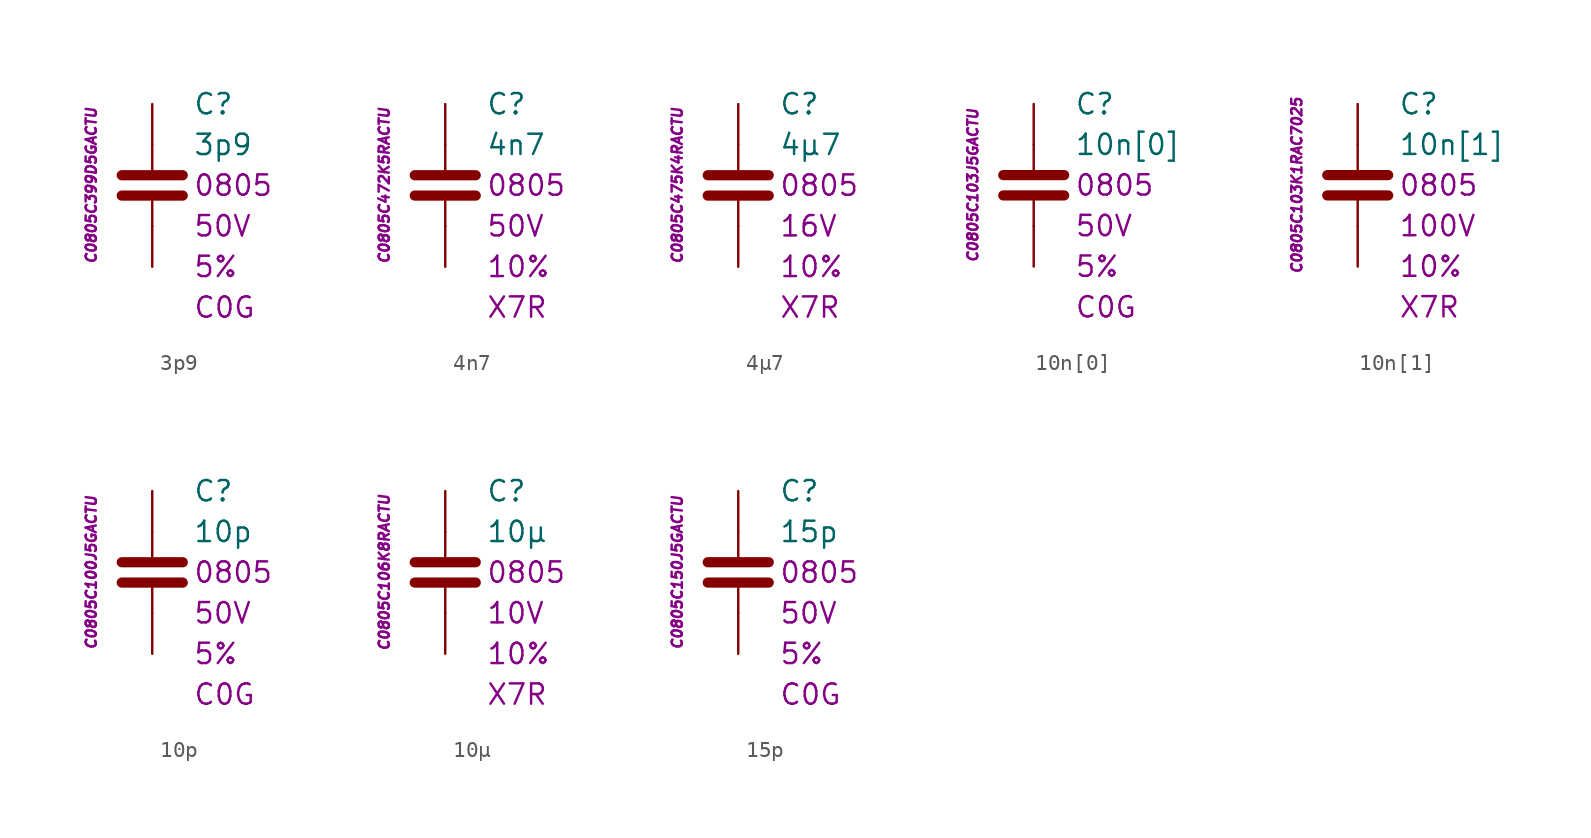
<source format=kicad_sym>
(kicad_symbol_lib
  (version 20201005)
  (generator kicad_symbol_editor)
  (symbol "3p9"
    (pin_numbers hide)
    (pin_names
      (offset 1.016) hide)
    (property "Reference" "C"
      (at 2.54 5.08 0)
      (effects (font (size 1.27 1.27)) (justify left)))
    (property "Value" "3p9"
      (at 2.54 2.54 0)
      (effects (font (size 1.27 1.27)) (justify left)))
    (property "Package" "0805"
      (at 2.54 0 0)
      (effects (font (size 1.27 1.27)) (justify left)))
    (property "Voltage" "50V"
      (at 2.54 -2.54 0)
      (effects (font (size 1.27 1.27)) (justify left)))
    (property "Tolerance" "5%"
      (at 2.54 -5.08 0)
      (effects (font (size 1.27 1.27)) (justify left)))
    (property "Dielectric" "C0G"
      (at 2.54 -7.62 0)
      (effects (font (size 1.27 1.27)) (justify left)))
    (property "ID" "C0805C399D5GACTU"
      (at -3.81 0 90)
      (effects (font (size 0.635 0.635) italic)))
    (symbol "3p9_0_1"
      (polyline (pts (xy -1.905 -0.635) (xy 1.905 -0.635)) (stroke (width 0.635)) (fill (type none)))
      (polyline (pts (xy -1.905 0.635) (xy 1.905 0.635)) (stroke (width 0.635)) (fill (type none)))
      (polyline (pts (xy 0 -2.54) (xy 0 -0.635)) (stroke (width 0.152)) (fill (type none)))
      (polyline (pts (xy 0 0.635) (xy 0 2.54)) (stroke (width 0.152)) (fill (type none))))
    (symbol "3p9_1_1"
      (pin passive line (at 0 5.08 270) (length 2.54) (name "~" (effects (font (size 1.778 1.778)))) (number "1" (effects (font (size 1.778 1.778)))))
      (pin passive line (at 0 -5.08 90) (length 2.54) (name "~" (effects (font (size 1.778 1.778)))) (number "2" (effects (font (size 1.778 1.778)))))))
  (symbol "4n7"
    (pin_numbers hide)
    (pin_names
      (offset 1.016) hide)
    (property "Reference" "C"
      (at 2.54 5.08 0)
      (effects (font (size 1.27 1.27)) (justify left)))
    (property "Value" "4n7"
      (at 2.54 2.54 0)
      (effects (font (size 1.27 1.27)) (justify left)))
    (property "Package" "0805"
      (at 2.54 0 0)
      (effects (font (size 1.27 1.27)) (justify left)))
    (property "Voltage" "50V"
      (at 2.54 -2.54 0)
      (effects (font (size 1.27 1.27)) (justify left)))
    (property "Tolerance" "10%"
      (at 2.54 -5.08 0)
      (effects (font (size 1.27 1.27)) (justify left)))
    (property "Dielectric" "X7R"
      (at 2.54 -7.62 0)
      (effects (font (size 1.27 1.27)) (justify left)))
    (property "ID" "C0805C472K5RACTU"
      (at -3.81 0 90)
      (effects (font (size 0.635 0.635) italic)))
    (symbol "4n7_0_1"
      (polyline (pts (xy -1.905 -0.635) (xy 1.905 -0.635)) (stroke (width 0.635)) (fill (type none)))
      (polyline (pts (xy -1.905 0.635) (xy 1.905 0.635)) (stroke (width 0.635)) (fill (type none)))
      (polyline (pts (xy 0 -2.54) (xy 0 -0.635)) (stroke (width 0.152)) (fill (type none)))
      (polyline (pts (xy 0 0.635) (xy 0 2.54)) (stroke (width 0.152)) (fill (type none))))
    (symbol "4n7_1_1"
      (pin passive line (at 0 5.08 270) (length 2.54) (name "~" (effects (font (size 1.778 1.778)))) (number "1" (effects (font (size 1.778 1.778)))))
      (pin passive line (at 0 -5.08 90) (length 2.54) (name "~" (effects (font (size 1.778 1.778)))) (number "2" (effects (font (size 1.778 1.778)))))))
  (symbol "4µ7"
    (pin_numbers hide)
    (pin_names
      (offset 1.016) hide)
    (property "Reference" "C"
      (at 2.54 5.08 0)
      (effects (font (size 1.27 1.27)) (justify left)))
    (property "Value" "4µ7"
      (at 2.54 2.54 0)
      (effects (font (size 1.27 1.27)) (justify left)))
    (property "Package" "0805"
      (at 2.54 0 0)
      (effects (font (size 1.27 1.27)) (justify left)))
    (property "Voltage" "16V"
      (at 2.54 -2.54 0)
      (effects (font (size 1.27 1.27)) (justify left)))
    (property "Tolerance" "10%"
      (at 2.54 -5.08 0)
      (effects (font (size 1.27 1.27)) (justify left)))
    (property "Dielectric" "X7R"
      (at 2.54 -7.62 0)
      (effects (font (size 1.27 1.27)) (justify left)))
    (property "ID" "C0805C475K4RACTU"
      (at -3.81 0 90)
      (effects (font (size 0.635 0.635) italic)))
    (symbol "4µ7_0_1"
      (polyline (pts (xy -1.905 -0.635) (xy 1.905 -0.635)) (stroke (width 0.635)) (fill (type none)))
      (polyline (pts (xy -1.905 0.635) (xy 1.905 0.635)) (stroke (width 0.635)) (fill (type none)))
      (polyline (pts (xy 0 -2.54) (xy 0 -0.635)) (stroke (width 0.152)) (fill (type none)))
      (polyline (pts (xy 0 0.635) (xy 0 2.54)) (stroke (width 0.152)) (fill (type none))))
    (symbol "4µ7_1_1"
      (pin passive line (at 0 5.08 270) (length 2.54) (name "~" (effects (font (size 1.778 1.778)))) (number "1" (effects (font (size 1.778 1.778)))))
      (pin passive line (at 0 -5.08 90) (length 2.54) (name "~" (effects (font (size 1.778 1.778)))) (number "2" (effects (font (size 1.778 1.778)))))))
  (symbol "10n[0]"
    (pin_numbers hide)
    (pin_names
      (offset 1.016) hide)
    (property "Reference" "C"
      (at 2.54 5.08 0)
      (effects (font (size 1.27 1.27)) (justify left)))
    (property "Value" "10n[0]"
      (at 2.54 2.54 0)
      (effects (font (size 1.27 1.27)) (justify left)))
    (property "Package" "0805"
      (at 2.54 0 0)
      (effects (font (size 1.27 1.27)) (justify left)))
    (property "Voltage" "50V"
      (at 2.54 -2.54 0)
      (effects (font (size 1.27 1.27)) (justify left)))
    (property "Tolerance" "5%"
      (at 2.54 -5.08 0)
      (effects (font (size 1.27 1.27)) (justify left)))
    (property "Dielectric" "C0G"
      (at 2.54 -7.62 0)
      (effects (font (size 1.27 1.27)) (justify left)))
    (property "ID" "C0805C103J5GACTU"
      (at -3.81 0 90)
      (effects (font (size 0.635 0.635) italic)))
    (symbol "10n[0]_0_1"
      (polyline (pts (xy -1.905 -0.635) (xy 1.905 -0.635)) (stroke (width 0.635)) (fill (type none)))
      (polyline (pts (xy -1.905 0.635) (xy 1.905 0.635)) (stroke (width 0.635)) (fill (type none)))
      (polyline (pts (xy 0 -2.54) (xy 0 -0.635)) (stroke (width 0.152)) (fill (type none)))
      (polyline (pts (xy 0 0.635) (xy 0 2.54)) (stroke (width 0.152)) (fill (type none))))
    (symbol "10n[0]_1_1"
      (pin passive line (at 0 5.08 270) (length 2.54) (name "~" (effects (font (size 1.778 1.778)))) (number "1" (effects (font (size 1.778 1.778)))))
      (pin passive line (at 0 -5.08 90) (length 2.54) (name "~" (effects (font (size 1.778 1.778)))) (number "2" (effects (font (size 1.778 1.778)))))))
  (symbol "10n[1]"
    (pin_numbers hide)
    (pin_names
      (offset 1.016) hide)
    (property "Reference" "C"
      (at 2.54 5.08 0)
      (effects (font (size 1.27 1.27)) (justify left)))
    (property "Value" "10n[1]"
      (at 2.54 2.54 0)
      (effects (font (size 1.27 1.27)) (justify left)))
    (property "Package" "0805"
      (at 2.54 0 0)
      (effects (font (size 1.27 1.27)) (justify left)))
    (property "Voltage" "100V"
      (at 2.54 -2.54 0)
      (effects (font (size 1.27 1.27)) (justify left)))
    (property "Tolerance" "10%"
      (at 2.54 -5.08 0)
      (effects (font (size 1.27 1.27)) (justify left)))
    (property "Dielectric" "X7R"
      (at 2.54 -7.62 0)
      (effects (font (size 1.27 1.27)) (justify left)))
    (property "ID" "C0805C103K1RAC7025"
      (at -3.81 0 90)
      (effects (font (size 0.635 0.635) italic)))
    (symbol "10n[1]_0_1"
      (polyline (pts (xy -1.905 -0.635) (xy 1.905 -0.635)) (stroke (width 0.635)) (fill (type none)))
      (polyline (pts (xy -1.905 0.635) (xy 1.905 0.635)) (stroke (width 0.635)) (fill (type none)))
      (polyline (pts (xy 0 -2.54) (xy 0 -0.635)) (stroke (width 0.152)) (fill (type none)))
      (polyline (pts (xy 0 0.635) (xy 0 2.54)) (stroke (width 0.152)) (fill (type none))))
    (symbol "10n[1]_1_1"
      (pin passive line (at 0 5.08 270) (length 2.54) (name "~" (effects (font (size 1.778 1.778)))) (number "1" (effects (font (size 1.778 1.778)))))
      (pin passive line (at 0 -5.08 90) (length 2.54) (name "~" (effects (font (size 1.778 1.778)))) (number "2" (effects (font (size 1.778 1.778)))))))
  (symbol "10p"
    (pin_numbers hide)
    (pin_names
      (offset 1.016) hide)
    (property "Reference" "C"
      (at 2.54 5.08 0)
      (effects (font (size 1.27 1.27)) (justify left)))
    (property "Value" "10p"
      (at 2.54 2.54 0)
      (effects (font (size 1.27 1.27)) (justify left)))
    (property "Package" "0805"
      (at 2.54 0 0)
      (effects (font (size 1.27 1.27)) (justify left)))
    (property "Voltage" "50V"
      (at 2.54 -2.54 0)
      (effects (font (size 1.27 1.27)) (justify left)))
    (property "Tolerance" "5%"
      (at 2.54 -5.08 0)
      (effects (font (size 1.27 1.27)) (justify left)))
    (property "Dielectric" "C0G"
      (at 2.54 -7.62 0)
      (effects (font (size 1.27 1.27)) (justify left)))
    (property "ID" "C0805C100J5GACTU"
      (at -3.81 0 90)
      (effects (font (size 0.635 0.635) italic)))
    (symbol "10p_0_1"
      (polyline (pts (xy -1.905 -0.635) (xy 1.905 -0.635)) (stroke (width 0.635)) (fill (type none)))
      (polyline (pts (xy -1.905 0.635) (xy 1.905 0.635)) (stroke (width 0.635)) (fill (type none)))
      (polyline (pts (xy 0 -2.54) (xy 0 -0.635)) (stroke (width 0.152)) (fill (type none)))
      (polyline (pts (xy 0 0.635) (xy 0 2.54)) (stroke (width 0.152)) (fill (type none))))
    (symbol "10p_1_1"
      (pin passive line (at 0 5.08 270) (length 2.54) (name "~" (effects (font (size 1.778 1.778)))) (number "1" (effects (font (size 1.778 1.778)))))
      (pin passive line (at 0 -5.08 90) (length 2.54) (name "~" (effects (font (size 1.778 1.778)))) (number "2" (effects (font (size 1.778 1.778)))))))
  (symbol "10µ"
    (pin_numbers hide)
    (pin_names
      (offset 1.016) hide)
    (property "Reference" "C"
      (at 2.54 5.08 0)
      (effects (font (size 1.27 1.27)) (justify left)))
    (property "Value" "10µ"
      (at 2.54 2.54 0)
      (effects (font (size 1.27 1.27)) (justify left)))
    (property "Package" "0805"
      (at 2.54 0 0)
      (effects (font (size 1.27 1.27)) (justify left)))
    (property "Voltage" "10V"
      (at 2.54 -2.54 0)
      (effects (font (size 1.27 1.27)) (justify left)))
    (property "Tolerance" "10%"
      (at 2.54 -5.08 0)
      (effects (font (size 1.27 1.27)) (justify left)))
    (property "Dielectric" "X7R"
      (at 2.54 -7.62 0)
      (effects (font (size 1.27 1.27)) (justify left)))
    (property "ID" "C0805C106K8RACTU"
      (at -3.81 0 90)
      (effects (font (size 0.635 0.635) italic)))
    (symbol "10µ_0_1"
      (polyline (pts (xy -1.905 -0.635) (xy 1.905 -0.635)) (stroke (width 0.635)) (fill (type none)))
      (polyline (pts (xy -1.905 0.635) (xy 1.905 0.635)) (stroke (width 0.635)) (fill (type none)))
      (polyline (pts (xy 0 -2.54) (xy 0 -0.635)) (stroke (width 0.152)) (fill (type none)))
      (polyline (pts (xy 0 0.635) (xy 0 2.54)) (stroke (width 0.152)) (fill (type none))))
    (symbol "10µ_1_1"
      (pin passive line (at 0 5.08 270) (length 2.54) (name "~" (effects (font (size 1.778 1.778)))) (number "1" (effects (font (size 1.778 1.778)))))
      (pin passive line (at 0 -5.08 90) (length 2.54) (name "~" (effects (font (size 1.778 1.778)))) (number "2" (effects (font (size 1.778 1.778)))))))
  (symbol "15p"
    (pin_numbers hide)
    (pin_names
      (offset 1.016) hide)
    (property "Reference" "C"
      (at 2.54 5.08 0)
      (effects (font (size 1.27 1.27)) (justify left)))
    (property "Value" "15p"
      (at 2.54 2.54 0)
      (effects (font (size 1.27 1.27)) (justify left)))
    (property "Package" "0805"
      (at 2.54 0 0)
      (effects (font (size 1.27 1.27)) (justify left)))
    (property "Voltage" "50V"
      (at 2.54 -2.54 0)
      (effects (font (size 1.27 1.27)) (justify left)))
    (property "Tolerance" "5%"
      (at 2.54 -5.08 0)
      (effects (font (size 1.27 1.27)) (justify left)))
    (property "Dielectric" "C0G"
      (at 2.54 -7.62 0)
      (effects (font (size 1.27 1.27)) (justify left)))
    (property "ID" "C0805C150J5GACTU"
      (at -3.81 0 90)
      (effects (font (size 0.635 0.635) italic)))
    (symbol "15p_0_1"
      (polyline (pts (xy -1.905 -0.635) (xy 1.905 -0.635)) (stroke (width 0.635)) (fill (type none)))
      (polyline (pts (xy -1.905 0.635) (xy 1.905 0.635)) (stroke (width 0.635)) (fill (type none)))
      (polyline (pts (xy 0 -2.54) (xy 0 -0.635)) (stroke (width 0.152)) (fill (type none)))
      (polyline (pts (xy 0 0.635) (xy 0 2.54)) (stroke (width 0.152)) (fill (type none))))
    (symbol "15p_1_1"
      (pin passive line (at 0 5.08 270) (length 2.54) (name "~" (effects (font (size 1.778 1.778)))) (number "1" (effects (font (size 1.778 1.778)))))
      (pin passive line (at 0 -5.08 90) (length 2.54) (name "~" (effects (font (size 1.778 1.778)))) (number "2" (effects (font (size 1.778 1.778))))))))
</source>
